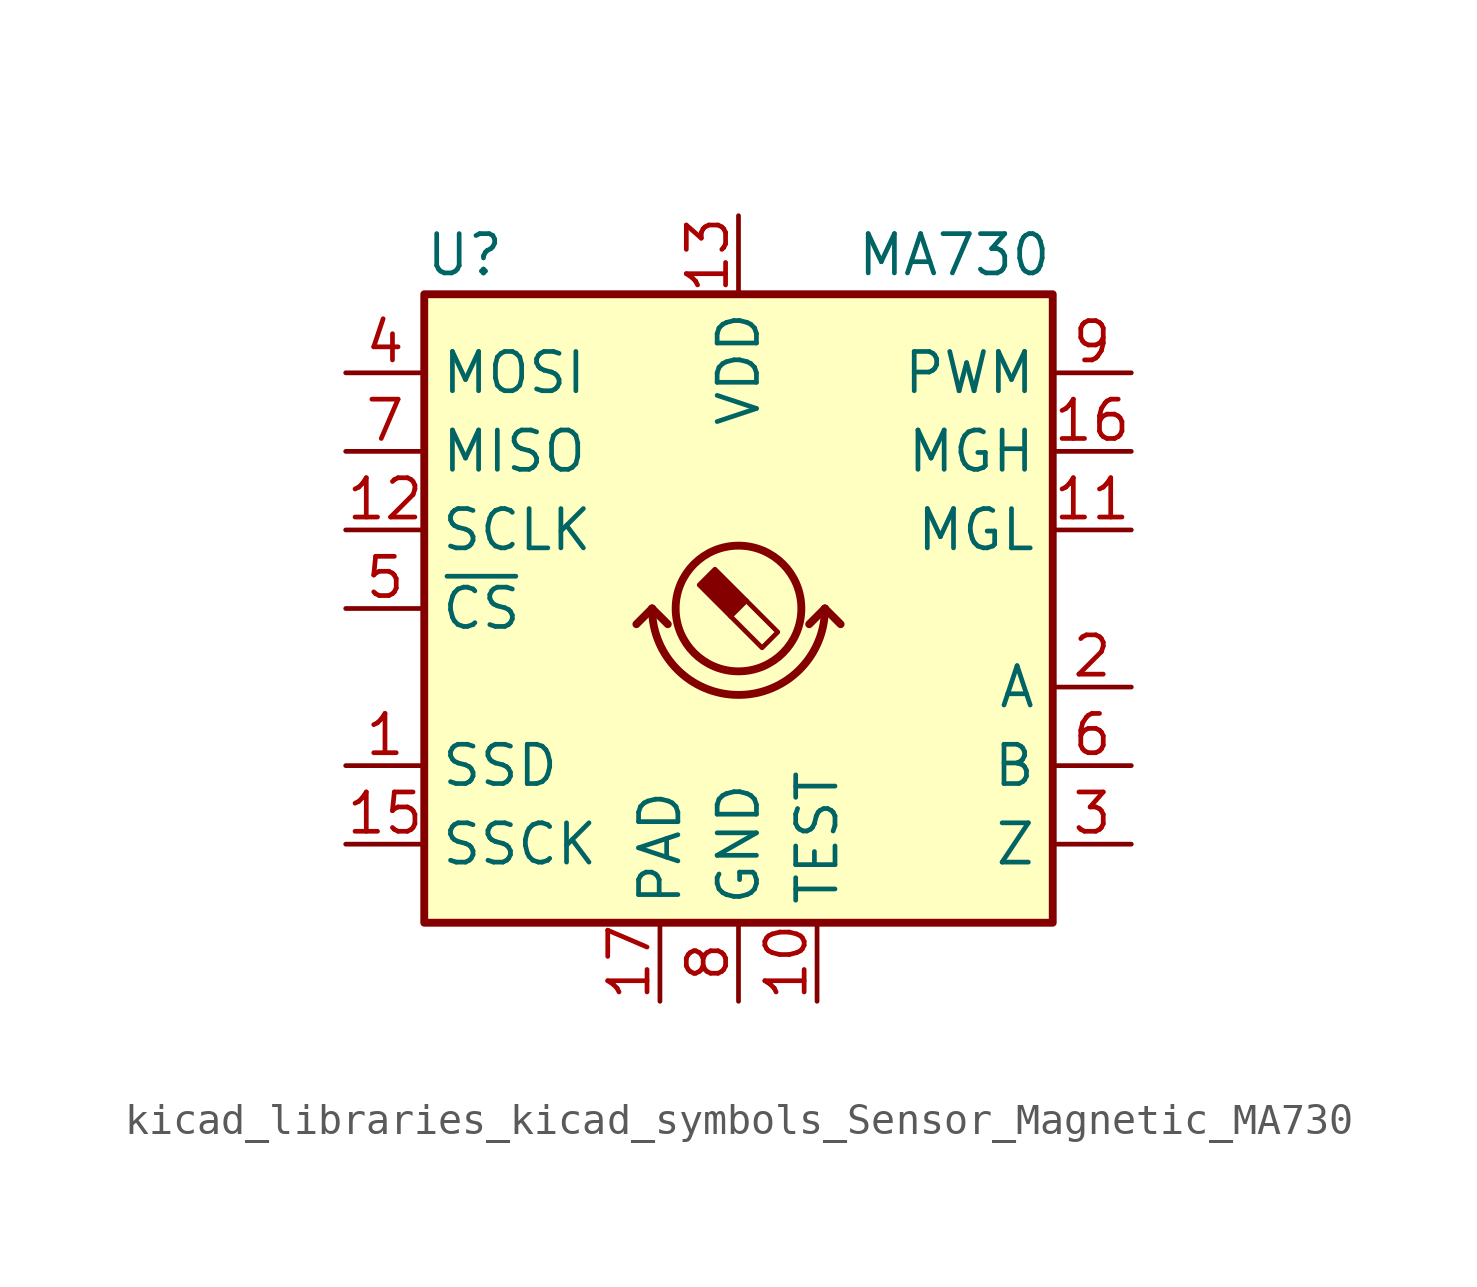
<source format=kicad_sym>
(kicad_symbol_lib
  (version 20220914)
  (generator kicad_symbol_editor)
  (symbol "kicad_libraries_kicad_symbols_Sensor_Magnetic_MA730"
    (property "Reference" "U"
      (at -10.16 11.43 0)
      (effects (font (size 1.27 1.27)) (justify left)))
    (property "Value" "MA730"
      (at 10.16 11.43 0)
      (effects (font (size 1.27 1.27)) (justify right)))
    (symbol "kicad_libraries_kicad_symbols_Sensor_Magnetic_MA730_0_1"
      (rectangle (start -10.16 10.16) (end 10.16 -10.16) (stroke (width 0.254) (type default)) (fill (type background)))
      (arc (start -2.794 0) (mid 0 -2.7819) (end 2.794 0) (stroke (width 0.254) (type default)) (fill (type none)))
      (polyline (pts (xy -2.794 0) (xy -3.302 -0.508)) (stroke (width 0.254) (type default)) (fill (type none)))
      (polyline (pts (xy -2.794 0) (xy -2.286 -0.508)) (stroke (width 0.254) (type default)) (fill (type none)))
      (polyline (pts (xy 2.794 0) (xy 2.286 -0.508)) (stroke (width 0.254) (type default)) (fill (type none)))
      (polyline (pts (xy 2.794 0) (xy 3.302 -0.508)) (stroke (width 0.254) (type default)) (fill (type none))))
    (symbol "kicad_libraries_kicad_symbols_Sensor_Magnetic_MA730_1_1"
      (polyline (pts (xy 0.254 0.254) (xy 1.27 -0.762) (xy 0.762 -1.27) (xy -0.254 -0.254)) (stroke (width 0) (type default)) (fill (type none)))
      (polyline (pts (xy -0.762 1.27) (xy 0.254 0.254) (xy -0.254 -0.254) (xy -1.27 0.762) (xy -1.016 1.016) (xy -0.762 1.27) (xy -0.635 1.143)) (stroke (width 0) (type default)) (fill (type outline)))
      (circle (center 0 0) (radius 2.032) (stroke (width 0.254) (type default)) (fill (type none)))
      (pin output line (at -12.7 -5.08 0) (length 2.54) (name "SSD" (effects (font (size 1.27 1.27)))) (number "1" (effects (font (size 1.27 1.27)))))
      (pin passive line (at 2.54 -12.7 90) (length 2.54) (name "TEST" (effects (font (size 1.27 1.27)))) (number "10" (effects (font (size 1.27 1.27)))))
      (pin output line (at 12.7 2.54 180) (length 2.54) (name "MGL" (effects (font (size 1.27 1.27)))) (number "11" (effects (font (size 1.27 1.27)))))
      (pin input line (at -12.7 2.54 0) (length 2.54) (name "SCLK" (effects (font (size 1.27 1.27)))) (number "12" (effects (font (size 1.27 1.27)))))
      (pin power_in line (at 0 12.7 270) (length 2.54) (name "VDD" (effects (font (size 1.27 1.27)))) (number "13" (effects (font (size 1.27 1.27)))))
      (pin no_connect line (at 5.08 -10.16 90) (length 2.54) hide (name "NC" (effects (font (size 1.27 1.27)))) (number "14" (effects (font (size 1.27 1.27)))))
      (pin input line (at -12.7 -7.62 0) (length 2.54) (name "SSCK" (effects (font (size 1.27 1.27)))) (number "15" (effects (font (size 1.27 1.27)))))
      (pin output line (at 12.7 5.08 180) (length 2.54) (name "MGH" (effects (font (size 1.27 1.27)))) (number "16" (effects (font (size 1.27 1.27)))))
      (pin input line (at -2.54 -12.7 90) (length 2.54) (name "PAD" (effects (font (size 1.27 1.27)))) (number "17" (effects (font (size 1.27 1.27)))))
      (pin output line (at 12.7 -2.54 180) (length 2.54) (name "A" (effects (font (size 1.27 1.27)))) (number "2" (effects (font (size 1.27 1.27)))))
      (pin output line (at 12.7 -7.62 180) (length 2.54) (name "Z" (effects (font (size 1.27 1.27)))) (number "3" (effects (font (size 1.27 1.27)))))
      (pin input line (at -12.7 7.62 0) (length 2.54) (name "MOSI" (effects (font (size 1.27 1.27)))) (number "4" (effects (font (size 1.27 1.27)))))
      (pin input line (at -12.7 0 0) (length 2.54) (name "~{CS}" (effects (font (size 1.27 1.27)))) (number "5" (effects (font (size 1.27 1.27)))))
      (pin output line (at 12.7 -5.08 180) (length 2.54) (name "B" (effects (font (size 1.27 1.27)))) (number "6" (effects (font (size 1.27 1.27)))))
      (pin output line (at -12.7 5.08 0) (length 2.54) (name "MISO" (effects (font (size 1.27 1.27)))) (number "7" (effects (font (size 1.27 1.27)))))
      (pin power_in line (at 0 -12.7 90) (length 2.54) (name "GND" (effects (font (size 1.27 1.27)))) (number "8" (effects (font (size 1.27 1.27)))))
      (pin output line (at 12.7 7.62 180) (length 2.54) (name "PWM" (effects (font (size 1.27 1.27)))) (number "9" (effects (font (size 1.27 1.27))))))))
</source>
